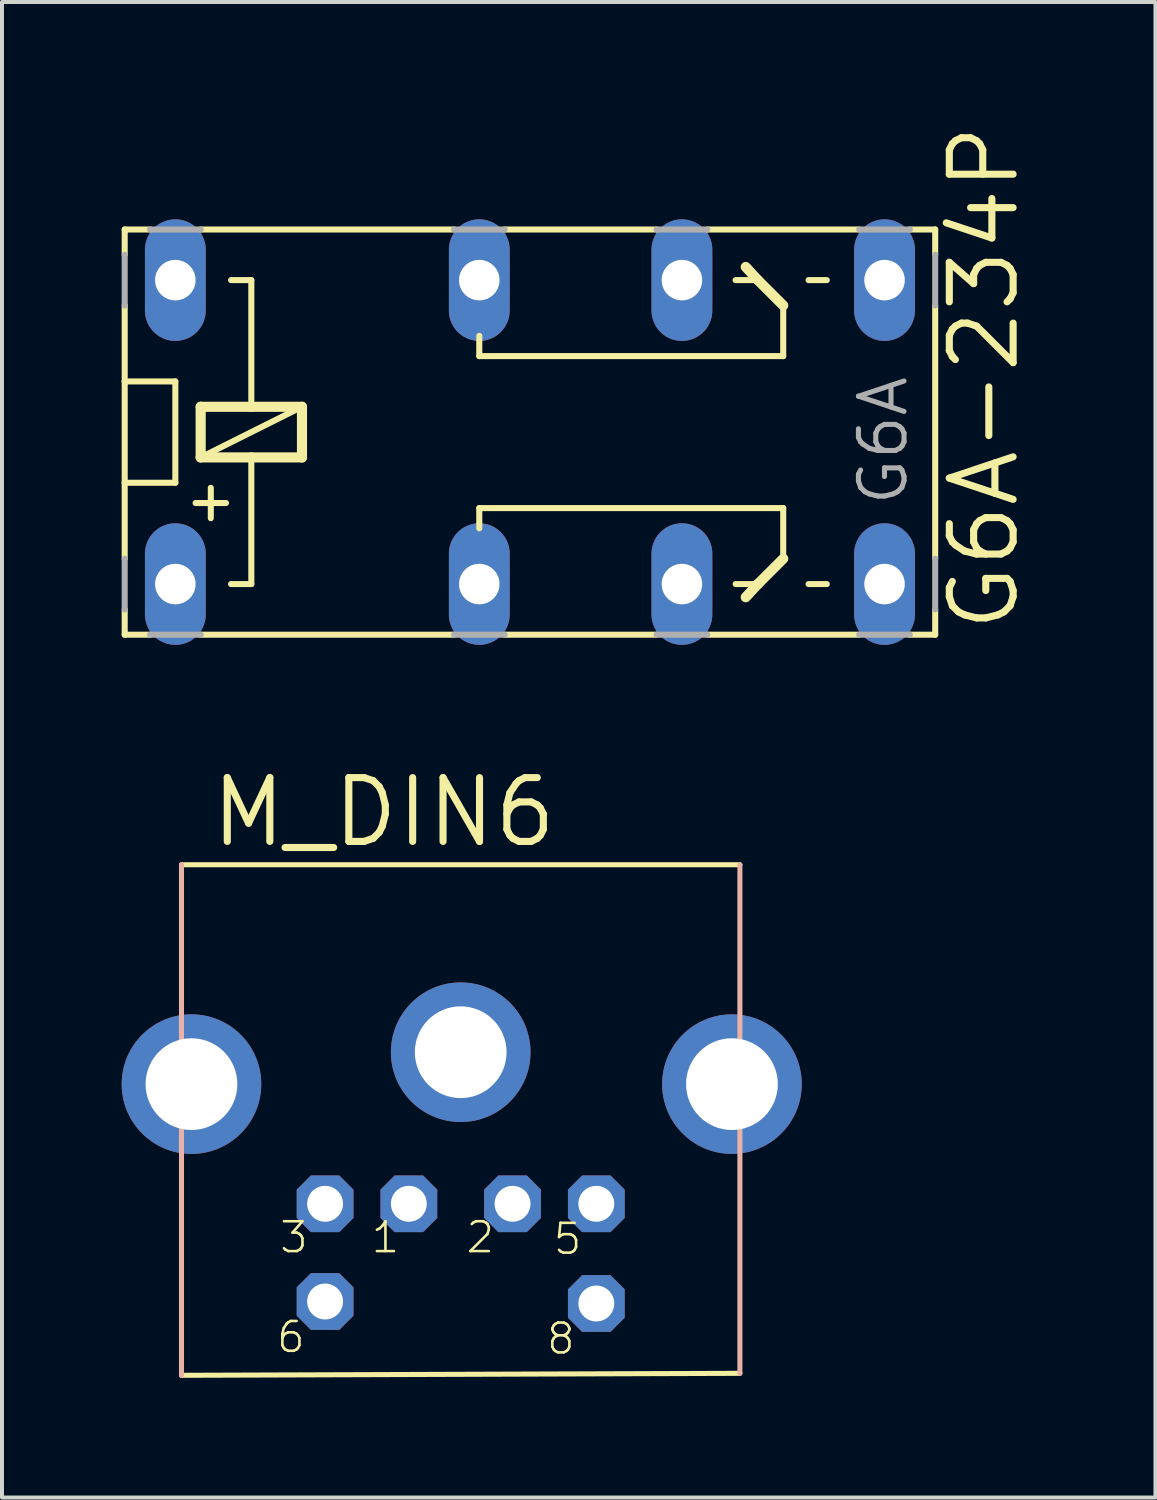
<source format=kicad_pcb>
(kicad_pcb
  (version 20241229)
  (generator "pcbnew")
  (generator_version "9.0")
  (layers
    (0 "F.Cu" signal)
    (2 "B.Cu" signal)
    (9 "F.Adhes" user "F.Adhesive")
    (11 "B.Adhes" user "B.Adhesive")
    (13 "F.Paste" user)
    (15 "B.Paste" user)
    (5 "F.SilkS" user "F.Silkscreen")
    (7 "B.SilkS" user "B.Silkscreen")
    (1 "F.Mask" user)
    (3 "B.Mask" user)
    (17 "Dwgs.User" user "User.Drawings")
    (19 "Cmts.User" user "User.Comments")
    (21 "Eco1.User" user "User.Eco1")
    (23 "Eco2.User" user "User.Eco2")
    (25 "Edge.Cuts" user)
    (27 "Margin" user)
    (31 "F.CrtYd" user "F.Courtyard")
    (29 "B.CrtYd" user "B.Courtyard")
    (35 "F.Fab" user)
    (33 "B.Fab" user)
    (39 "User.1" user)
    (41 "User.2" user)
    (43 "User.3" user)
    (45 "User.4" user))
  (footprint "M_DIN6"
    (layer "F.Cu")
    (at 8.5 23.38)
    (property "Reference" "M_DIN6" (at -6.35 -5.13 0) (layer "F.SilkS") (effects (font (size 1.6 1.6) (thickness 0.178)) (justify left bottom)))
    (fp_line (start -7 8.05) (end 7 8) (stroke (width 0.127) (type solid)) (layer "F.SilkS"))
    (fp_line (start 7 -4.75) (end -7 -4.75) (stroke (width 0.127) (type solid)) (layer "F.SilkS"))
    (fp_line (start -7 -4.75) (end -7 -0.25) (stroke (width 0.127) (type solid)) (layer "B.SilkS"))
    (fp_line (start -7 -0.25) (end -7 8.05) (stroke (width 0.127) (type solid)) (layer "B.SilkS"))
    (fp_line (start -7 -0.25) (end -6.7 -0.25) (stroke (width 0.127) (type solid)) (layer "B.SilkS"))
    (fp_line (start -6.7 -0.25) (end -6.7 1.75) (stroke (width 0.127) (type solid)) (layer "B.SilkS"))
    (fp_line (start -6.7 1.75) (end -6.95 1.75) (stroke (width 0.127) (type solid)) (layer "B.SilkS"))
    (fp_line (start 6.7 -0.25) (end 6.7 1.75) (stroke (width 0.127) (type solid)) (layer "B.SilkS"))
    (fp_line (start 6.7 1.75) (end 7 1.75) (stroke (width 0.127) (type solid)) (layer "B.SilkS"))
    (fp_line (start 7 -0.25) (end 6.7 -0.25) (stroke (width 0.127) (type solid)) (layer "B.SilkS"))
    (fp_line (start 7 -0.25) (end 7 -4.75) (stroke (width 0.127) (type solid)) (layer "B.SilkS"))
    (fp_line (start 7 1.75) (end 7 -0.25) (stroke (width 0.127) (type solid)) (layer "B.SilkS"))
    (fp_line (start 7 8) (end 7 1.75) (stroke (width 0.127) (type solid)) (layer "B.SilkS"))
    (fp_text user "6" (at -4.656 7.53 0) (layer "F.SilkS") (effects (font (size 0.748 0.748) (thickness 0.065)) (justify left bottom)))
    (fp_text user "5" (at 2.28 5.07 0) (layer "F.SilkS") (effects (font (size 0.748 0.748) (thickness 0.065)) (justify left bottom)))
    (fp_text user "1" (at -2.286 5.03 0) (layer "F.SilkS") (effects (font (size 0.748 0.748) (thickness 0.065)) (justify left bottom)))
    (fp_text user "3" (at -4.58 5.03 0) (layer "F.SilkS") (effects (font (size 0.748 0.748) (thickness 0.065)) (justify left bottom)))
    (fp_text user "8" (at 2.112 7.57 0) (layer "F.SilkS") (effects (font (size 0.748 0.748) (thickness 0.065)) (justify left bottom)))
    (fp_text user "2" (at 0.092 5.03 0) (layer "F.SilkS") (effects (font (size 0.748 0.748) (thickness 0.065)) (justify left bottom)))
    (pad "1" thru_hole roundrect (at -1.3 3.75) (size 1.422 1.422) (drill 0.9) (layers "*.Cu" "*.Mask") (roundrect_rratio 0.25) (chamfer_ratio 0.25) (chamfer top_left top_right bottom_left bottom_right))
    (pad "2" thru_hole roundrect (at 1.3 3.75) (size 1.422 1.422) (drill 0.9) (layers "*.Cu" "*.Mask") (roundrect_rratio 0.25) (chamfer_ratio 0.25) (chamfer top_left top_right bottom_left bottom_right))
    (pad "3" thru_hole roundrect (at -3.4 3.75) (size 1.422 1.422) (drill 0.9) (layers "*.Cu" "*.Mask") (roundrect_rratio 0.25) (chamfer_ratio 0.25) (chamfer top_left top_right bottom_left bottom_right))
    (pad "5" thru_hole roundrect (at 3.4 3.75) (size 1.422 1.422) (drill 0.9) (layers "*.Cu" "*.Mask") (roundrect_rratio 0.25) (chamfer_ratio 0.25) (chamfer top_left top_right bottom_left bottom_right))
    (pad "6" thru_hole roundrect (at -3.4 6.2) (size 1.422 1.422) (drill 0.9) (layers "*.Cu" "*.Mask") (roundrect_rratio 0.25) (chamfer_ratio 0.25) (chamfer top_left top_right bottom_left bottom_right))
    (pad "8" thru_hole roundrect (at 3.4 6.25) (size 1.422 1.422) (drill 0.9) (layers "*.Cu" "*.Mask") (roundrect_rratio 0.25) (chamfer_ratio 0.25) (chamfer top_left top_right bottom_left bottom_right))
    (pad "SH1" thru_hole circle (at 6.8 0.75) (size 3.5 3.5) (drill 2.3) (layers "*.Cu" "*.Mask"))
    (pad "SH2" thru_hole circle (at 0 -0.05) (size 3.5 3.5) (drill 2.3) (layers "*.Cu" "*.Mask"))
    (pad "SH3" thru_hole circle (at -6.75 0.75) (size 3.5 3.5) (drill 2.3) (layers "*.Cu" "*.Mask")))
  (footprint "G6A-234P"
    (layer "F.Cu")
    (at 5.156 7.783)
    (property "Reference" "G6A-234P" (at 17.399 5.08 90) (layer "F.SilkS") (effects (font (size 1.6 1.6) (thickness 0.178)) (justify left bottom)))
    (fp_line (start -5.08 -5.08) (end -5.08 -4.445) (stroke (width 0.152) (type solid)) (layer "F.SilkS"))
    (fp_line (start -5.08 -5.08) (end -4.445 -5.08) (stroke (width 0.152) (type solid)) (layer "F.SilkS"))
    (fp_line (start -5.08 -3.175) (end -5.08 -1.27) (stroke (width 0.152) (type solid)) (layer "F.SilkS"))
    (fp_line (start -5.08 -1.27) (end -5.08 1.27) (stroke (width 0.152) (type solid)) (layer "F.SilkS"))
    (fp_line (start -5.08 -1.27) (end -3.81 -1.27) (stroke (width 0.152) (type solid)) (layer "F.SilkS"))
    (fp_line (start -5.08 1.27) (end -5.08 3.175) (stroke (width 0.152) (type solid)) (layer "F.SilkS"))
    (fp_line (start -5.08 4.445) (end -5.08 5.08) (stroke (width 0.152) (type solid)) (layer "F.SilkS"))
    (fp_line (start -5.08 5.08) (end -4.445 5.08) (stroke (width 0.152) (type solid)) (layer "F.SilkS"))
    (fp_line (start -3.81 -1.27) (end -3.81 1.27) (stroke (width 0.152) (type solid)) (layer "F.SilkS"))
    (fp_line (start -3.81 1.27) (end -5.08 1.27) (stroke (width 0.152) (type solid)) (layer "F.SilkS"))
    (fp_line (start -3.302 1.778) (end -2.54 1.778) (stroke (width 0.152) (type solid)) (layer "F.SilkS"))
    (fp_line (start -3.175 -5.08) (end 3.175 -5.08) (stroke (width 0.152) (type solid)) (layer "F.SilkS"))
    (fp_line (start -3.175 -0.635) (end -3.175 0.635) (stroke (width 0.254) (type solid)) (layer "F.SilkS"))
    (fp_line (start -3.175 0.635) (end -1.905 0.635) (stroke (width 0.254) (type solid)) (layer "F.SilkS"))
    (fp_line (start -3.175 0.635) (end -0.635 -0.635) (stroke (width 0.152) (type solid)) (layer "F.SilkS"))
    (fp_line (start -3.175 5.08) (end 3.175 5.08) (stroke (width 0.152) (type solid)) (layer "F.SilkS"))
    (fp_line (start -2.921 2.159) (end -2.921 1.397) (stroke (width 0.152) (type solid)) (layer "F.SilkS"))
    (fp_line (start -2.413 -3.81) (end -1.905 -3.81) (stroke (width 0.152) (type solid)) (layer "F.SilkS"))
    (fp_line (start -1.905 -3.81) (end -1.905 -0.635) (stroke (width 0.152) (type solid)) (layer "F.SilkS"))
    (fp_line (start -1.905 -0.635) (end -3.175 -0.635) (stroke (width 0.254) (type solid)) (layer "F.SilkS"))
    (fp_line (start -1.905 0.635) (end -1.905 3.81) (stroke (width 0.152) (type solid)) (layer "F.SilkS"))
    (fp_line (start -1.905 0.635) (end -0.635 0.635) (stroke (width 0.254) (type solid)) (layer "F.SilkS"))
    (fp_line (start -1.905 3.81) (end -2.413 3.81) (stroke (width 0.152) (type solid)) (layer "F.SilkS"))
    (fp_line (start -0.635 -0.635) (end -1.905 -0.635) (stroke (width 0.254) (type solid)) (layer "F.SilkS"))
    (fp_line (start -0.635 0.635) (end -0.635 -0.635) (stroke (width 0.254) (type solid)) (layer "F.SilkS"))
    (fp_line (start 3.81 -2.413) (end 3.81 -1.905) (stroke (width 0.152) (type solid)) (layer "F.SilkS"))
    (fp_line (start 3.81 -1.905) (end 11.43 -1.905) (stroke (width 0.152) (type solid)) (layer "F.SilkS"))
    (fp_line (start 3.81 1.905) (end 11.43 1.905) (stroke (width 0.152) (type solid)) (layer "F.SilkS"))
    (fp_line (start 3.81 2.413) (end 3.81 1.905) (stroke (width 0.152) (type solid)) (layer "F.SilkS"))
    (fp_line (start 8.255 -5.08) (end 4.445 -5.08) (stroke (width 0.152) (type solid)) (layer "F.SilkS"))
    (fp_line (start 8.255 5.08) (end 4.445 5.08) (stroke (width 0.152) (type solid)) (layer "F.SilkS"))
    (fp_line (start 10.236 -3.81) (end 10.795 -3.81) (stroke (width 0.152) (type solid)) (layer "F.SilkS"))
    (fp_line (start 10.236 3.81) (end 10.795 3.81) (stroke (width 0.152) (type solid)) (layer "F.SilkS"))
    (fp_line (start 10.795 -3.81) (end 10.49 -4.14) (stroke (width 0.254) (type solid)) (layer "F.SilkS"))
    (fp_line (start 10.795 3.81) (end 10.49 4.14) (stroke (width 0.254) (type solid)) (layer "F.SilkS"))
    (fp_line (start 11.43 -3.175) (end 10.795 -3.81) (stroke (width 0.254) (type solid)) (layer "F.SilkS"))
    (fp_line (start 11.43 -1.905) (end 11.43 -3.175) (stroke (width 0.152) (type solid)) (layer "F.SilkS"))
    (fp_line (start 11.43 1.905) (end 11.43 3.175) (stroke (width 0.152) (type solid)) (layer "F.SilkS"))
    (fp_line (start 11.43 3.175) (end 10.795 3.81) (stroke (width 0.254) (type solid)) (layer "F.SilkS"))
    (fp_line (start 12.065 -3.81) (end 12.522 -3.81) (stroke (width 0.152) (type solid)) (layer "F.SilkS"))
    (fp_line (start 12.065 3.81) (end 12.522 3.81) (stroke (width 0.152) (type solid)) (layer "F.SilkS"))
    (fp_line (start 13.335 -5.08) (end 9.525 -5.08) (stroke (width 0.152) (type solid)) (layer "F.SilkS"))
    (fp_line (start 13.335 5.08) (end 9.525 5.08) (stroke (width 0.152) (type solid)) (layer "F.SilkS"))
    (fp_line (start 15.24 -5.08) (end 14.605 -5.08) (stroke (width 0.152) (type solid)) (layer "F.SilkS"))
    (fp_line (start 15.24 -5.08) (end 15.24 -4.445) (stroke (width 0.152) (type solid)) (layer "F.SilkS"))
    (fp_line (start 15.24 -3.175) (end 15.24 3.175) (stroke (width 0.152) (type solid)) (layer "F.SilkS"))
    (fp_line (start 15.24 5.08) (end 14.605 5.08) (stroke (width 0.152) (type solid)) (layer "F.SilkS"))
    (fp_line (start 15.24 5.08) (end 15.24 4.445) (stroke (width 0.152) (type solid)) (layer "F.SilkS"))
    (fp_line (start -5.08 -3.175) (end -5.08 -4.445) (stroke (width 0.152) (type solid)) (layer "F.Fab"))
    (fp_line (start -5.08 4.445) (end -5.08 3.175) (stroke (width 0.152) (type solid)) (layer "F.Fab"))
    (fp_line (start -3.175 -5.08) (end -4.445 -5.08) (stroke (width 0.152) (type solid)) (layer "F.Fab"))
    (fp_line (start -3.175 5.08) (end -4.445 5.08) (stroke (width 0.152) (type solid)) (layer "F.Fab"))
    (fp_line (start 3.175 -5.08) (end 4.445 -5.08) (stroke (width 0.152) (type solid)) (layer "F.Fab"))
    (fp_line (start 4.445 5.08) (end 3.175 5.08) (stroke (width 0.152) (type solid)) (layer "F.Fab"))
    (fp_line (start 8.255 -5.08) (end 9.525 -5.08) (stroke (width 0.152) (type solid)) (layer "F.Fab"))
    (fp_line (start 8.255 5.08) (end 9.525 5.08) (stroke (width 0.152) (type solid)) (layer "F.Fab"))
    (fp_line (start 13.335 -5.08) (end 14.605 -5.08) (stroke (width 0.152) (type solid)) (layer "F.Fab"))
    (fp_line (start 13.335 5.08) (end 14.605 5.08) (stroke (width 0.152) (type solid)) (layer "F.Fab"))
    (fp_line (start 15.24 -3.175) (end 15.24 -4.445) (stroke (width 0.152) (type solid)) (layer "F.Fab"))
    (fp_line (start 15.24 3.175) (end 15.24 4.445) (stroke (width 0.152) (type solid)) (layer "F.Fab"))
    (fp_text user "G6A" (at 14.605 1.905 90) (layer "F.Fab") (effects (font (size 1.143 1.143) (thickness 0.127)) (justify left bottom)))
    (pad "1" thru_hole oval (at -3.81 3.81 90) (size 3.048 1.524) (drill 1.016) (layers "*.Cu" "*.Mask"))
    (pad "16" thru_hole oval (at -3.81 -3.81 90) (size 3.048 1.524) (drill 1.016) (layers "*.Cu" "*.Mask"))
    (pad "O1" thru_hole oval (at 8.89 3.81 90) (size 3.048 1.524) (drill 1.016) (layers "*.Cu" "*.Mask"))
    (pad "O2" thru_hole oval (at 8.89 -3.81 90) (size 3.048 1.524) (drill 1.016) (layers "*.Cu" "*.Mask"))
    (pad "P1" thru_hole oval (at 3.81 3.81 90) (size 3.048 1.524) (drill 1.016) (layers "*.Cu" "*.Mask"))
    (pad "P2" thru_hole oval (at 3.81 -3.81 90) (size 3.048 1.524) (drill 1.016) (layers "*.Cu" "*.Mask"))
    (pad "S1" thru_hole oval (at 13.97 3.81 90) (size 3.048 1.524) (drill 1.016) (layers "*.Cu" "*.Mask"))
    (pad "S2" thru_hole oval (at 13.97 -3.81 90) (size 3.048 1.524) (drill 1.016) (layers "*.Cu" "*.Mask")))
  (gr_rect
    (start -3 -3)
    (end 25.918 34.494)
    (stroke (width 0.1) (type default))
    (fill no)
    (layer "Edge.Cuts")))
</source>
